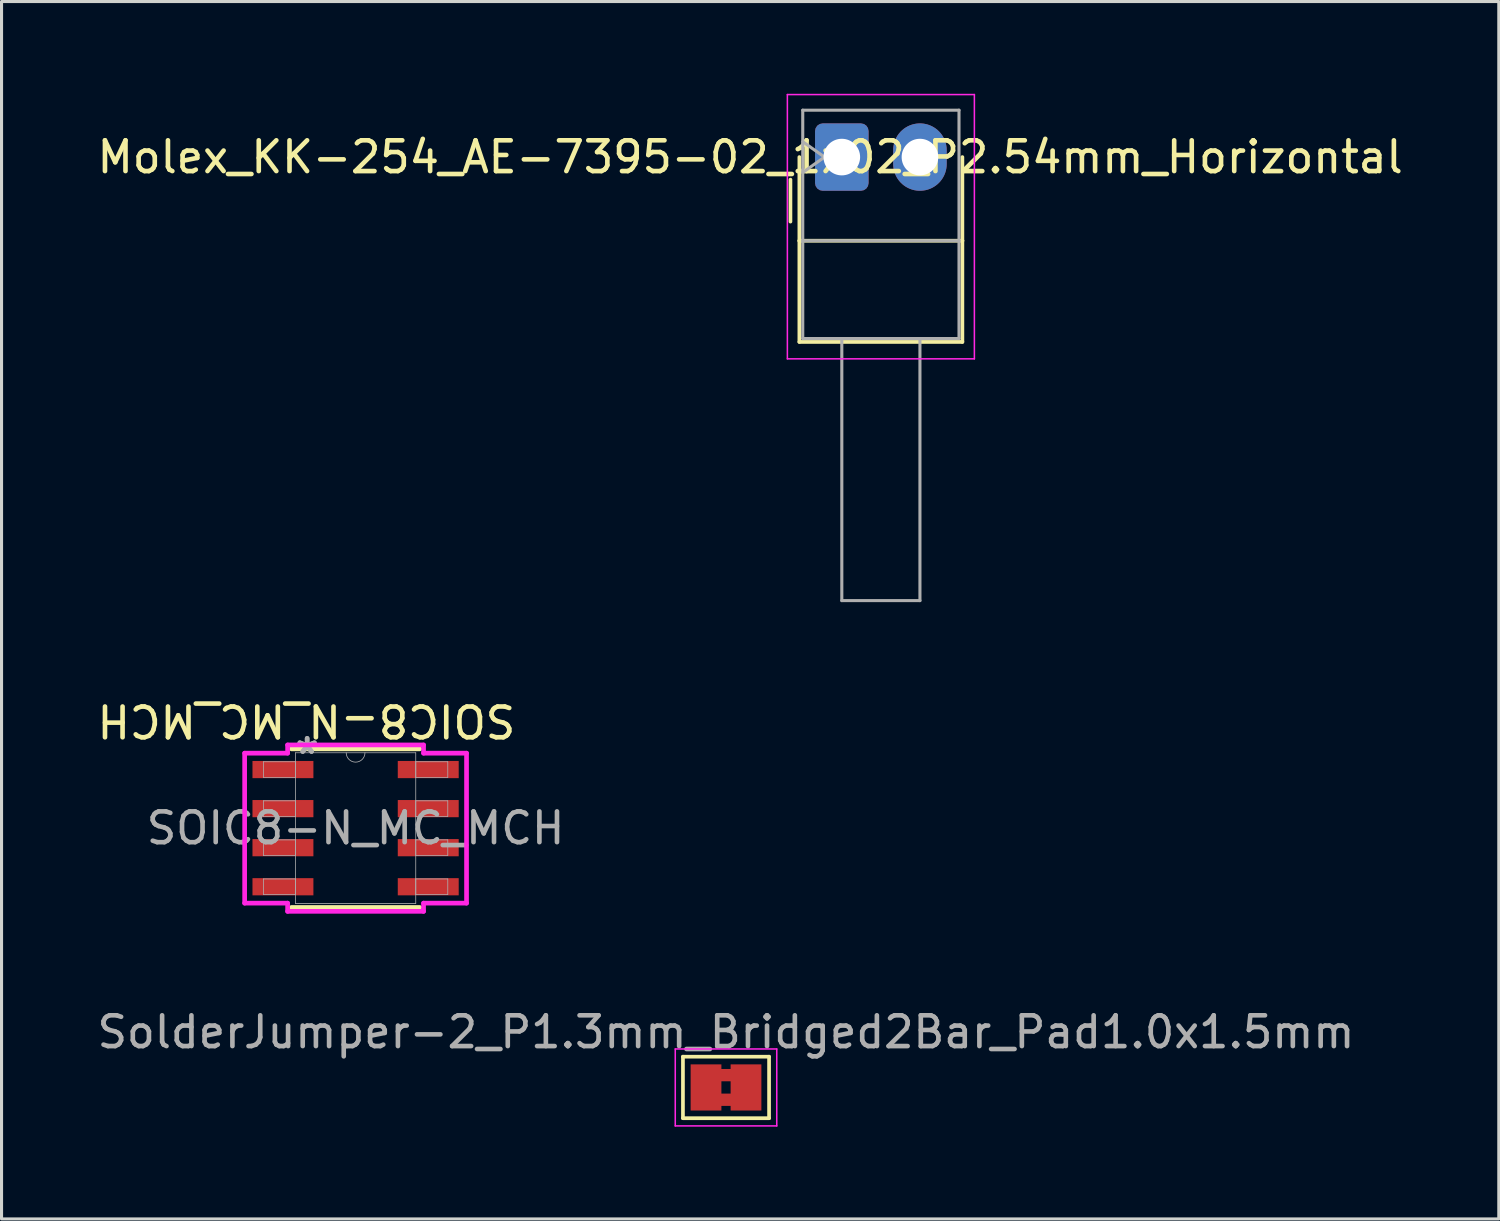
<source format=kicad_pcb>
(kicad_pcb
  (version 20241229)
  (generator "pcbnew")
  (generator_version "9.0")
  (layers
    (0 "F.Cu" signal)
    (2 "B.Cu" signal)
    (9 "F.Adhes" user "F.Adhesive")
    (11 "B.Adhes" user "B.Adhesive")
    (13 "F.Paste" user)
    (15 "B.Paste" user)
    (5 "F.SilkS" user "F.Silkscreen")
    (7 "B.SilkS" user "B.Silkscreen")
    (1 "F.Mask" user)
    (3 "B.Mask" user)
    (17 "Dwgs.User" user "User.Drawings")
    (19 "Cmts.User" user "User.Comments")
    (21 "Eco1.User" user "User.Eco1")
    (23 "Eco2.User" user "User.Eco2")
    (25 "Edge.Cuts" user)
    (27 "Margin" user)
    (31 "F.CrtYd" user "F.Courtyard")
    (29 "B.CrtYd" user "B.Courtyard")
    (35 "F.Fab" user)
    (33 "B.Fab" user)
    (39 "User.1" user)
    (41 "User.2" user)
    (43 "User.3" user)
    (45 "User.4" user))
  (footprint "SOIC8-N_MC_MCH"
    (layer "F.Cu")
    (at 8.511 23.875)
    (property "Reference" "SOIC8-N_MC_MCH" (at -1.6 -3.5 180) (unlocked yes) (layer "F.SilkS") (effects (font (size 1 1) (thickness 0.15))))
    (attr smd)
    (fp_line (start -2.083 2.578) (end 2.083 2.578) (stroke (width 0.152) (type solid)) (layer "F.SilkS"))
    (fp_line (start 2.083 -2.578) (end -2.083 -2.578) (stroke (width 0.152) (type solid)) (layer "F.SilkS"))
    (fp_line (start -3.607 -2.438) (end -2.21 -2.438) (stroke (width 0.152) (type solid)) (layer "F.CrtYd"))
    (fp_line (start -3.607 2.438) (end -3.607 -2.438) (stroke (width 0.152) (type solid)) (layer "F.CrtYd"))
    (fp_line (start -3.607 2.438) (end -2.21 2.438) (stroke (width 0.152) (type solid)) (layer "F.CrtYd"))
    (fp_line (start -2.21 -2.705) (end 2.21 -2.705) (stroke (width 0.152) (type solid)) (layer "F.CrtYd"))
    (fp_line (start -2.21 -2.438) (end -2.21 -2.705) (stroke (width 0.152) (type solid)) (layer "F.CrtYd"))
    (fp_line (start -2.21 2.705) (end -2.21 2.438) (stroke (width 0.152) (type solid)) (layer "F.CrtYd"))
    (fp_line (start 2.21 -2.705) (end 2.21 -2.438) (stroke (width 0.152) (type solid)) (layer "F.CrtYd"))
    (fp_line (start 2.21 2.438) (end 2.21 2.705) (stroke (width 0.152) (type solid)) (layer "F.CrtYd"))
    (fp_line (start 2.21 2.705) (end -2.21 2.705) (stroke (width 0.152) (type solid)) (layer "F.CrtYd"))
    (fp_line (start 3.607 -2.438) (end 2.21 -2.438) (stroke (width 0.152) (type solid)) (layer "F.CrtYd"))
    (fp_line (start 3.607 -2.438) (end 3.607 2.438) (stroke (width 0.152) (type solid)) (layer "F.CrtYd"))
    (fp_line (start 3.607 2.438) (end 2.21 2.438) (stroke (width 0.152) (type solid)) (layer "F.CrtYd"))
    (fp_line (start -2.997 -2.159) (end -2.997 -1.651) (stroke (width 0.025) (type solid)) (layer "F.Fab"))
    (fp_line (start -2.997 -1.651) (end -1.956 -1.651) (stroke (width 0.025) (type solid)) (layer "F.Fab"))
    (fp_line (start -2.997 -0.889) (end -2.997 -0.381) (stroke (width 0.025) (type solid)) (layer "F.Fab"))
    (fp_line (start -2.997 -0.381) (end -1.956 -0.381) (stroke (width 0.025) (type solid)) (layer "F.Fab"))
    (fp_line (start -2.997 0.381) (end -2.997 0.889) (stroke (width 0.025) (type solid)) (layer "F.Fab"))
    (fp_line (start -2.997 0.889) (end -1.956 0.889) (stroke (width 0.025) (type solid)) (layer "F.Fab"))
    (fp_line (start -2.997 1.651) (end -2.997 2.159) (stroke (width 0.025) (type solid)) (layer "F.Fab"))
    (fp_line (start -2.997 2.159) (end -1.956 2.159) (stroke (width 0.025) (type solid)) (layer "F.Fab"))
    (fp_line (start -1.956 -2.451) (end -1.956 2.451) (stroke (width 0.025) (type solid)) (layer "F.Fab"))
    (fp_line (start -1.956 -2.159) (end -2.997 -2.159) (stroke (width 0.025) (type solid)) (layer "F.Fab"))
    (fp_line (start -1.956 -1.651) (end -1.956 -2.159) (stroke (width 0.025) (type solid)) (layer "F.Fab"))
    (fp_line (start -1.956 -0.889) (end -2.997 -0.889) (stroke (width 0.025) (type solid)) (layer "F.Fab"))
    (fp_line (start -1.956 -0.381) (end -1.956 -0.889) (stroke (width 0.025) (type solid)) (layer "F.Fab"))
    (fp_line (start -1.956 0.381) (end -2.997 0.381) (stroke (width 0.025) (type solid)) (layer "F.Fab"))
    (fp_line (start -1.956 0.889) (end -1.956 0.381) (stroke (width 0.025) (type solid)) (layer "F.Fab"))
    (fp_line (start -1.956 1.651) (end -2.997 1.651) (stroke (width 0.025) (type solid)) (layer "F.Fab"))
    (fp_line (start -1.956 2.159) (end -1.956 1.651) (stroke (width 0.025) (type solid)) (layer "F.Fab"))
    (fp_line (start -1.956 2.451) (end 1.956 2.451) (stroke (width 0.025) (type solid)) (layer "F.Fab"))
    (fp_line (start 1.956 -2.451) (end -1.956 -2.451) (stroke (width 0.025) (type solid)) (layer "F.Fab"))
    (fp_line (start 1.956 -2.159) (end 1.956 -1.651) (stroke (width 0.025) (type solid)) (layer "F.Fab"))
    (fp_line (start 1.956 -1.651) (end 2.997 -1.651) (stroke (width 0.025) (type solid)) (layer "F.Fab"))
    (fp_line (start 1.956 -0.889) (end 1.956 -0.381) (stroke (width 0.025) (type solid)) (layer "F.Fab"))
    (fp_line (start 1.956 -0.381) (end 2.997 -0.381) (stroke (width 0.025) (type solid)) (layer "F.Fab"))
    (fp_line (start 1.956 0.381) (end 1.956 0.889) (stroke (width 0.025) (type solid)) (layer "F.Fab"))
    (fp_line (start 1.956 0.889) (end 2.997 0.889) (stroke (width 0.025) (type solid)) (layer "F.Fab"))
    (fp_line (start 1.956 1.651) (end 1.956 2.159) (stroke (width 0.025) (type solid)) (layer "F.Fab"))
    (fp_line (start 1.956 2.159) (end 2.997 2.159) (stroke (width 0.025) (type solid)) (layer "F.Fab"))
    (fp_line (start 1.956 2.451) (end 1.956 -2.451) (stroke (width 0.025) (type solid)) (layer "F.Fab"))
    (fp_line (start 2.997 -2.159) (end 1.956 -2.159) (stroke (width 0.025) (type solid)) (layer "F.Fab"))
    (fp_line (start 2.997 -1.651) (end 2.997 -2.159) (stroke (width 0.025) (type solid)) (layer "F.Fab"))
    (fp_line (start 2.997 -0.889) (end 1.956 -0.889) (stroke (width 0.025) (type solid)) (layer "F.Fab"))
    (fp_line (start 2.997 -0.381) (end 2.997 -0.889) (stroke (width 0.025) (type solid)) (layer "F.Fab"))
    (fp_line (start 2.997 0.381) (end 1.956 0.381) (stroke (width 0.025) (type solid)) (layer "F.Fab"))
    (fp_line (start 2.997 0.889) (end 2.997 0.381) (stroke (width 0.025) (type solid)) (layer "F.Fab"))
    (fp_line (start 2.997 1.651) (end 1.956 1.651) (stroke (width 0.025) (type solid)) (layer "F.Fab"))
    (fp_line (start 2.997 2.159) (end 2.997 1.651) (stroke (width 0.025) (type solid)) (layer "F.Fab"))
    (fp_arc (start 0.3048 -2.4511) (mid 0 -2.1463) (end -0.3048 -2.4511) (stroke (width 0.0254) (type solid)) (layer "F.Fab"))
    (fp_text user "*" (at -1.575 -2.375 0) (unlocked yes) (layer "F.Fab") (effects (font (size 1 1) (thickness 0.15))))
    (fp_text user "*" (at -1.575 -2.375 180) (layer "F.Fab") (effects (font (size 1 1) (thickness 0.15))))
    (fp_text user "${REFERENCE}" (at 0 0 0) (unlocked yes) (layer "F.Fab") (effects (font (size 1 1) (thickness 0.15))))
    (pad "1" smd rect (at -2.362 -1.905) (size 1.981 0.559) (layers "F.Cu" "F.Mask" "F.Paste"))
    (pad "2" smd rect (at -2.362 -0.635) (size 1.981 0.559) (layers "F.Cu" "F.Mask" "F.Paste"))
    (pad "3" smd rect (at -2.362 0.635) (size 1.981 0.559) (layers "F.Cu" "F.Mask" "F.Paste"))
    (pad "4" smd rect (at -2.362 1.905) (size 1.981 0.559) (layers "F.Cu" "F.Mask" "F.Paste"))
    (pad "5" smd rect (at 2.362 1.905) (size 1.981 0.559) (layers "F.Cu" "F.Mask" "F.Paste"))
    (pad "6" smd rect (at 2.362 0.635) (size 1.981 0.559) (layers "F.Cu" "F.Mask" "F.Paste"))
    (pad "7" smd rect (at 2.362 -0.635) (size 1.981 0.559) (layers "F.Cu" "F.Mask" "F.Paste"))
    (pad "8" smd rect (at 2.362 -1.905) (size 1.981 0.559) (layers "F.Cu" "F.Mask" "F.Paste")))
  (footprint "SolderJumper-2_P1.3mm_Bridged2Bar_Pad1.0x1.5mm"
    (layer "F.Cu")
    (at 20.554 32.305)
    (property "Reference" "SolderJumper-2_P1.3mm_Bridged2Bar_Pad1.0x1.5mm" (at 0 -1.8 180) (layer "F.Fab") (effects (font (size 1 1) (thickness 0.15))))
    (attr exclude_from_pos_files)
    (fp_poly (pts (xy -0.25 -0.6) (xy 0.25 -0.6) (xy 0.25 -0.2) (xy -0.25 -0.2)) (stroke (width 0) (type solid)) (fill yes) (layer "F.Cu"))
    (fp_poly (pts (xy -0.25 0.2) (xy 0.25 0.2) (xy 0.25 0.6) (xy -0.25 0.6)) (stroke (width 0) (type solid)) (fill yes) (layer "F.Cu"))
    (fp_line (start -1.4 -1) (end 1.4 -1) (stroke (width 0.12) (type solid)) (layer "F.SilkS"))
    (fp_line (start -1.4 1) (end -1.4 -1) (stroke (width 0.12) (type solid)) (layer "F.SilkS"))
    (fp_line (start 1.4 -1) (end 1.4 1) (stroke (width 0.12) (type solid)) (layer "F.SilkS"))
    (fp_line (start 1.4 1) (end -1.4 1) (stroke (width 0.12) (type solid)) (layer "F.SilkS"))
    (fp_line (start -1.65 -1.25) (end -1.65 1.25) (stroke (width 0.05) (type solid)) (layer "F.CrtYd"))
    (fp_line (start -1.65 -1.25) (end 1.65 -1.25) (stroke (width 0.05) (type solid)) (layer "F.CrtYd"))
    (fp_line (start 1.65 1.25) (end -1.65 1.25) (stroke (width 0.05) (type solid)) (layer "F.CrtYd"))
    (fp_line (start 1.65 1.25) (end 1.65 -1.25) (stroke (width 0.05) (type solid)) (layer "F.CrtYd"))
    (pad "1" smd rect (at -0.65 0) (size 1 1.5) (layers "F.Cu" "F.Mask"))
    (pad "2" smd rect (at 0.65 0) (size 1 1.5) (layers "F.Cu" "F.Mask")))
  (footprint "Molex_KK-254_AE-7395-02_1x02_P2.54mm_Horizontal"
    (layer "F.Cu")
    (at 24.319 2.057)
    (property "Reference" "Molex_KK-254_AE-7395-02_1x02_P2.54mm_Horizontal" (at -2.98 0 0) (layer "F.SilkS") (effects (font (size 1 1) (thickness 0.15))))
    (attr through_hole)
    (fp_line (start -1.67 0.733) (end -1.67 2.098) (stroke (width 0.12) (type solid)) (layer "F.SilkS"))
    (fp_line (start -1.38 0) (end -1.38 2.72) (stroke (width 0.12) (type solid)) (layer "F.SilkS"))
    (fp_line (start -1.38 2.72) (end -1.38 6.01) (stroke (width 0.12) (type default)) (layer "F.SilkS"))
    (fp_line (start -1.38 2.72) (end 3.92 2.72) (stroke (width 0.12) (type solid)) (layer "F.SilkS"))
    (fp_line (start -1.38 6.01) (end 3.92 6.01) (stroke (width 0.12) (type solid)) (layer "F.SilkS"))
    (fp_line (start 3.92 2.72) (end 3.92 0) (stroke (width 0.12) (type solid)) (layer "F.SilkS"))
    (fp_line (start 3.92 2.72) (end 3.92 6.01) (stroke (width 0.12) (type default)) (layer "F.SilkS"))
    (fp_line (start -1.77 -2.032) (end -1.77 6.56) (stroke (width 0.05) (type solid)) (layer "F.CrtYd"))
    (fp_line (start -1.77 6.56) (end 4.31 6.56) (stroke (width 0.05) (type solid)) (layer "F.CrtYd"))
    (fp_line (start 4.31 -2.032) (end -1.77 -2.032) (stroke (width 0.05) (type solid)) (layer "F.CrtYd"))
    (fp_line (start 4.31 6.56) (end 4.31 -2.032) (stroke (width 0.05) (type solid)) (layer "F.CrtYd"))
    (fp_line (start -1.27 -1.524) (end -1.27 2.72) (stroke (width 0.1) (type solid)) (layer "F.Fab"))
    (fp_line (start -1.27 -0.5) (end -0.563 0) (stroke (width 0.1) (type solid)) (layer "F.Fab"))
    (fp_line (start -1.27 2.72) (end -1.27 5.9) (stroke (width 0.1) (type default)) (layer "F.Fab"))
    (fp_line (start -1.27 2.72) (end 3.81 2.72) (stroke (width 0.1) (type solid)) (layer "F.Fab"))
    (fp_line (start -1.27 5.9) (end 3.81 5.9) (stroke (width 0.1) (type solid)) (layer "F.Fab"))
    (fp_line (start -0.563 0) (end -1.27 0.5) (stroke (width 0.1) (type solid)) (layer "F.Fab"))
    (fp_line (start 0 14.42) (end 0 5.9) (stroke (width 0.1) (type default)) (layer "F.Fab"))
    (fp_line (start 0 14.42) (end 2.54 14.42) (stroke (width 0.1) (type default)) (layer "F.Fab"))
    (fp_line (start 2.54 14.42) (end 2.54 5.9) (stroke (width 0.1) (type default)) (layer "F.Fab"))
    (fp_line (start 3.81 -1.524) (end -1.27 -1.524) (stroke (width 0.1) (type solid)) (layer "F.Fab"))
    (fp_line (start 3.81 2.72) (end 3.81 -1.524) (stroke (width 0.1) (type solid)) (layer "F.Fab"))
    (fp_line (start 3.81 2.72) (end 3.81 5.9) (stroke (width 0.1) (type default)) (layer "F.Fab"))
    (pad "1" thru_hole roundrect (at 0 0) (size 1.74 2.19) (drill 1.19) (layers "*.Cu" "*.Mask") (roundrect_rratio 0.144))
    (pad "2" thru_hole oval (at 2.54 0) (size 1.74 2.19) (drill 1.19) (layers "*.Cu" "*.Mask")))
  (gr_rect
    (start -3 -3)
    (end 45.679 36.58)
    (stroke (width 0.1) (type default))
    (fill no)
    (layer "Edge.Cuts")))
</source>
